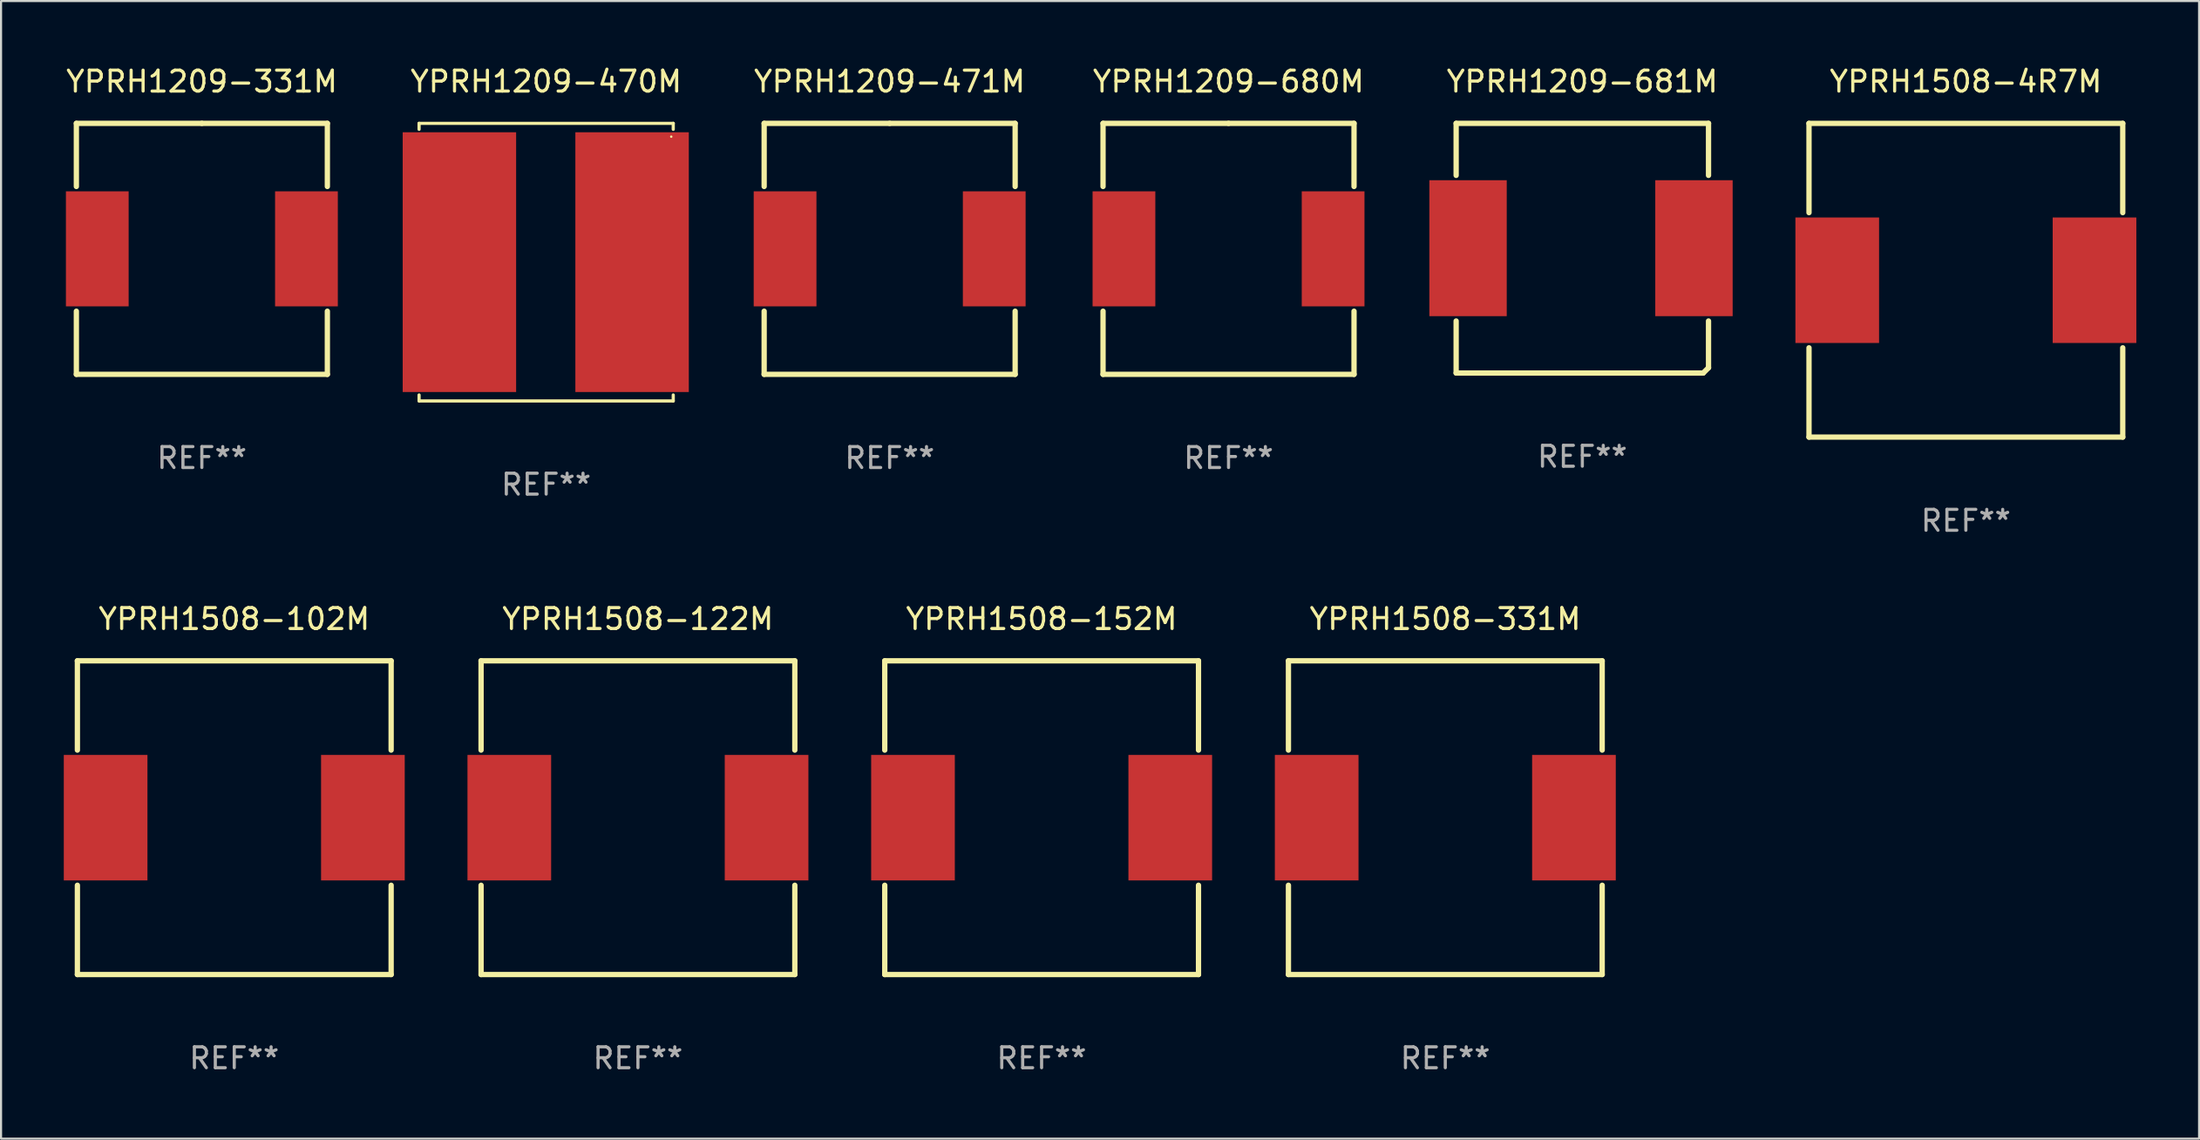
<source format=kicad_pcb>
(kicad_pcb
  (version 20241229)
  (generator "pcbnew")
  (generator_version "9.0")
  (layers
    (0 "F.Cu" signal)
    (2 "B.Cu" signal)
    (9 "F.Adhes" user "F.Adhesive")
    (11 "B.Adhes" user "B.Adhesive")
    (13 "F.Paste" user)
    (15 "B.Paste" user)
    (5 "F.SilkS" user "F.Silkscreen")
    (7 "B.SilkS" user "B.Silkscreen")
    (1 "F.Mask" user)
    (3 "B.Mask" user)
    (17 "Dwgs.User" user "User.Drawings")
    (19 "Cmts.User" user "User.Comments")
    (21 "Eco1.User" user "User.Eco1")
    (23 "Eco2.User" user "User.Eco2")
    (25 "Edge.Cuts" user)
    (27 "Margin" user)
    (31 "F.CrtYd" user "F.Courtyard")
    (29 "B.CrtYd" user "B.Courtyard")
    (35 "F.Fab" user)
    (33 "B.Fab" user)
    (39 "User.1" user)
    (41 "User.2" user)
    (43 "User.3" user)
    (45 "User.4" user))
  (footprint "YPRH1209-680M"
    (layer "F.Cu")
    (at 55.686 8.848)
    (property "Reference" "YPRH1209-680M" (at 0 -8 0) (layer "F.SilkS") (effects (font (size 1 1) (thickness 0.15))))
    (attr through_hole)
    (fp_line (start -6 -6) (end 0 -6) (stroke (width 0.254) (type solid)) (layer "F.SilkS"))
    (fp_line (start -6 -2.981) (end -6 -6) (stroke (width 0.254) (type solid)) (layer "F.SilkS"))
    (fp_line (start -6 6) (end -6 2.981) (stroke (width 0.254) (type solid)) (layer "F.SilkS"))
    (fp_line (start 0 -6) (end 6 -6) (stroke (width 0.254) (type solid)) (layer "F.SilkS"))
    (fp_line (start 6 -6) (end 6 -2.981) (stroke (width 0.254) (type solid)) (layer "F.SilkS"))
    (fp_line (start 6 2.981) (end 6 6) (stroke (width 0.254) (type solid)) (layer "F.SilkS"))
    (fp_line (start 6 6) (end -6 6) (stroke (width 0.254) (type solid)) (layer "F.SilkS"))
    (fp_circle (center -6 6) (end -5.97 6) (stroke (width 0.06) (type solid)) (fill no) (layer "F.SilkS"))
    (fp_text user "REF**" (at 0 10 0) (layer "F.Fab") (effects (font (size 1 1) (thickness 0.15))))
    (pad "1" smd rect (at -5 0) (size 3 5.5) (layers "F.Cu" "F.Mask" "F.Paste"))
    (pad "2" smd rect (at 5 0) (size 3 5.5) (layers "F.Cu" "F.Mask" "F.Paste")))
  (footprint "YPRH1209-681M"
    (layer "F.Cu")
    (at 72.601 8.817)
    (property "Reference" "YPRH1209-681M" (at 0 -7.969 0) (layer "F.SilkS") (effects (font (size 1 1) (thickness 0.15))))
    (attr through_hole)
    (fp_line (start -6.033 -5.969) (end 6.033 -5.969) (stroke (width 0.254) (type solid)) (layer "F.SilkS"))
    (fp_line (start -6.033 -3.481) (end -6.033 -5.969) (stroke (width 0.254) (type solid)) (layer "F.SilkS"))
    (fp_line (start -6.033 5.969) (end -6.033 3.481) (stroke (width 0.254) (type solid)) (layer "F.SilkS"))
    (fp_line (start 5.779 5.969) (end -6.033 5.969) (stroke (width 0.254) (type solid)) (layer "F.SilkS"))
    (fp_line (start 6.033 -5.969) (end 6.033 -3.481) (stroke (width 0.254) (type solid)) (layer "F.SilkS"))
    (fp_line (start 6.033 3.481) (end 6.033 5.715) (stroke (width 0.254) (type solid)) (layer "F.SilkS"))
    (fp_line (start 6.033 5.715) (end 5.779 5.969) (stroke (width 0.254) (type solid)) (layer "F.SilkS"))
    (fp_circle (center 5.936 -6) (end 5.966 -6) (stroke (width 0.06) (type solid)) (fill no) (layer "F.SilkS"))
    (fp_text user "REF**" (at 0 9.969 0) (layer "F.Fab") (effects (font (size 1 1) (thickness 0.15))))
    (pad "1" smd rect (at 5.337 0) (size 3.7 6.5) (layers "F.Cu" "F.Mask" "F.Paste"))
    (pad "2" smd rect (at -5.464 0) (size 3.7 6.5) (layers "F.Cu" "F.Mask" "F.Paste")))
  (footprint "YPRH1508-331M"
    (layer "F.Cu")
    (at 66.049 36.046)
    (property "Reference" "YPRH1508-331M" (at 0 -9.5 0) (layer "F.SilkS") (effects (font (size 1 1) (thickness 0.15))))
    (attr through_hole)
    (fp_line (start -7.501 -7.5) (end 7.501 -7.5) (stroke (width 0.254) (type solid)) (layer "F.SilkS"))
    (fp_line (start -7.499 -3.231) (end -7.499 -7.5) (stroke (width 0.254) (type solid)) (layer "F.SilkS"))
    (fp_line (start -7.499 7.5) (end -7.499 3.231) (stroke (width 0.254) (type solid)) (layer "F.SilkS"))
    (fp_line (start 7.501 3.231) (end 7.501 7.5) (stroke (width 0.254) (type solid)) (layer "F.SilkS"))
    (fp_line (start 7.501 7.5) (end -7.499 7.5) (stroke (width 0.254) (type solid)) (layer "F.SilkS"))
    (fp_line (start 7.501 -7.5) (end 7.501 -3.231) (stroke (width 0.254) (type solid)) (layer "F.SilkS"))
    (fp_circle (center -7.499 7.5) (end -7.469 7.5) (stroke (width 0.06) (type solid)) (fill no) (layer "F.SilkS"))
    (fp_text user "REF**" (at 0 11.5 0) (layer "F.Fab") (effects (font (size 1 1) (thickness 0.15))))
    (pad "1" smd rect (at -6.149 0.000305) (size 4 6) (layers "F.Cu" "F.Mask" "F.Paste"))
    (pad "2" smd rect (at 6.151 0.000305) (size 4 6) (layers "F.Cu" "F.Mask" "F.Paste")))
  (footprint "YPRH1209-471M"
    (layer "F.Cu")
    (at 39.484 8.848)
    (property "Reference" "YPRH1209-471M" (at 0 -8 0) (layer "F.SilkS") (effects (font (size 1 1) (thickness 0.15))))
    (attr through_hole)
    (fp_line (start -6 -6) (end 0 -6) (stroke (width 0.254) (type solid)) (layer "F.SilkS"))
    (fp_line (start -6 -2.981) (end -6 -6) (stroke (width 0.254) (type solid)) (layer "F.SilkS"))
    (fp_line (start -6 6) (end -6 2.981) (stroke (width 0.254) (type solid)) (layer "F.SilkS"))
    (fp_line (start 0 -6) (end 6 -6) (stroke (width 0.254) (type solid)) (layer "F.SilkS"))
    (fp_line (start 6 -6) (end 6 -2.981) (stroke (width 0.254) (type solid)) (layer "F.SilkS"))
    (fp_line (start 6 2.981) (end 6 6) (stroke (width 0.254) (type solid)) (layer "F.SilkS"))
    (fp_line (start 6 6) (end -6 6) (stroke (width 0.254) (type solid)) (layer "F.SilkS"))
    (fp_circle (center -6 6) (end -5.97 6) (stroke (width 0.06) (type solid)) (fill no) (layer "F.SilkS"))
    (fp_text user "REF**" (at 0 10 0) (layer "F.Fab") (effects (font (size 1 1) (thickness 0.15))))
    (pad "1" smd rect (at -5 0) (size 3 5.5) (layers "F.Cu" "F.Mask" "F.Paste"))
    (pad "2" smd rect (at 5 0) (size 3 5.5) (layers "F.Cu" "F.Mask" "F.Paste")))
  (footprint "YPRH1209-470M"
    (layer "F.Cu")
    (at 23.062 9.484)
    (property "Reference" "YPRH1209-470M" (at 0 -8.636 0) (layer "F.SilkS") (effects (font (size 1 1) (thickness 0.15))))
    (attr through_hole)
    (fp_line (start -6.076 -6.636) (end -6.076 -6.35) (stroke (width 0.152) (type solid)) (layer "F.SilkS"))
    (fp_line (start -6.076 6.636) (end -6.076 6.35) (stroke (width 0.152) (type solid)) (layer "F.SilkS"))
    (fp_line (start 6.076 -6.636) (end -6.076 -6.636) (stroke (width 0.152) (type solid)) (layer "F.SilkS"))
    (fp_line (start 6.076 -6.35) (end 6.076 -6.636) (stroke (width 0.152) (type solid)) (layer "F.SilkS"))
    (fp_line (start 6.076 6.35) (end 6.076 6.636) (stroke (width 0.152) (type solid)) (layer "F.SilkS"))
    (fp_line (start 6.076 6.636) (end -6.076 6.636) (stroke (width 0.152) (type solid)) (layer "F.SilkS"))
    (fp_circle (center 5.98 -6) (end 6.01 -6) (stroke (width 0.06) (type solid)) (fill no) (layer "F.SilkS"))
    (fp_text user "REF**" (at 0 10.636 0) (layer "F.Fab") (effects (font (size 1 1) (thickness 0.15))))
    (pad "1" smd rect (at 4.108 0) (size 5.424 12.42) (layers "F.Cu" "F.Mask" "F.Paste"))
    (pad "2" smd rect (at -4.148 0) (size 5.424 12.42) (layers "F.Cu" "F.Mask" "F.Paste")))
  (footprint "YPRH1508-152M"
    (layer "F.Cu")
    (at 46.749 36.046)
    (property "Reference" "YPRH1508-152M" (at 0 -9.5 0) (layer "F.SilkS") (effects (font (size 1 1) (thickness 0.15))))
    (attr through_hole)
    (fp_line (start -7.501 -7.5) (end 7.501 -7.5) (stroke (width 0.254) (type solid)) (layer "F.SilkS"))
    (fp_line (start -7.499 -3.231) (end -7.499 -7.5) (stroke (width 0.254) (type solid)) (layer "F.SilkS"))
    (fp_line (start -7.499 7.5) (end -7.499 3.231) (stroke (width 0.254) (type solid)) (layer "F.SilkS"))
    (fp_line (start 7.501 3.231) (end 7.501 7.5) (stroke (width 0.254) (type solid)) (layer "F.SilkS"))
    (fp_line (start 7.501 7.5) (end -7.499 7.5) (stroke (width 0.254) (type solid)) (layer "F.SilkS"))
    (fp_line (start 7.501 -7.5) (end 7.501 -3.231) (stroke (width 0.254) (type solid)) (layer "F.SilkS"))
    (fp_circle (center -7.499 7.5) (end -7.469 7.5) (stroke (width 0.06) (type solid)) (fill no) (layer "F.SilkS"))
    (fp_text user "REF**" (at 0 11.5 0) (layer "F.Fab") (effects (font (size 1 1) (thickness 0.15))))
    (pad "1" smd rect (at -6.149 0.000305) (size 4 6) (layers "F.Cu" "F.Mask" "F.Paste"))
    (pad "2" smd rect (at 6.151 0.000305) (size 4 6) (layers "F.Cu" "F.Mask" "F.Paste")))
  (footprint "YPRH1508-102M"
    (layer "F.Cu")
    (at 8.149 36.046)
    (property "Reference" "YPRH1508-102M" (at 0 -9.5 0) (layer "F.SilkS") (effects (font (size 1 1) (thickness 0.15))))
    (attr through_hole)
    (fp_line (start -7.501 -7.5) (end 7.501 -7.5) (stroke (width 0.254) (type solid)) (layer "F.SilkS"))
    (fp_line (start -7.499 -3.231) (end -7.499 -7.5) (stroke (width 0.254) (type solid)) (layer "F.SilkS"))
    (fp_line (start -7.499 7.5) (end -7.499 3.231) (stroke (width 0.254) (type solid)) (layer "F.SilkS"))
    (fp_line (start 7.501 3.231) (end 7.501 7.5) (stroke (width 0.254) (type solid)) (layer "F.SilkS"))
    (fp_line (start 7.501 7.5) (end -7.499 7.5) (stroke (width 0.254) (type solid)) (layer "F.SilkS"))
    (fp_line (start 7.501 -7.5) (end 7.501 -3.231) (stroke (width 0.254) (type solid)) (layer "F.SilkS"))
    (fp_circle (center -7.499 7.5) (end -7.469 7.5) (stroke (width 0.06) (type solid)) (fill no) (layer "F.SilkS"))
    (fp_text user "REF**" (at 0 11.5 0) (layer "F.Fab") (effects (font (size 1 1) (thickness 0.15))))
    (pad "1" smd rect (at -6.149 0.000305) (size 4 6) (layers "F.Cu" "F.Mask" "F.Paste"))
    (pad "2" smd rect (at 6.151 0.000305) (size 4 6) (layers "F.Cu" "F.Mask" "F.Paste")))
  (footprint "YPRH1508-122M"
    (layer "F.Cu")
    (at 27.449 36.046)
    (property "Reference" "YPRH1508-122M" (at 0 -9.5 0) (layer "F.SilkS") (effects (font (size 1 1) (thickness 0.15))))
    (attr through_hole)
    (fp_line (start -7.501 -7.5) (end 7.501 -7.5) (stroke (width 0.254) (type solid)) (layer "F.SilkS"))
    (fp_line (start -7.499 -3.231) (end -7.499 -7.5) (stroke (width 0.254) (type solid)) (layer "F.SilkS"))
    (fp_line (start -7.499 7.5) (end -7.499 3.231) (stroke (width 0.254) (type solid)) (layer "F.SilkS"))
    (fp_line (start 7.501 3.231) (end 7.501 7.5) (stroke (width 0.254) (type solid)) (layer "F.SilkS"))
    (fp_line (start 7.501 7.5) (end -7.499 7.5) (stroke (width 0.254) (type solid)) (layer "F.SilkS"))
    (fp_line (start 7.501 -7.5) (end 7.501 -3.231) (stroke (width 0.254) (type solid)) (layer "F.SilkS"))
    (fp_circle (center -7.499 7.5) (end -7.469 7.5) (stroke (width 0.06) (type solid)) (fill no) (layer "F.SilkS"))
    (fp_text user "REF**" (at 0 11.5 0) (layer "F.Fab") (effects (font (size 1 1) (thickness 0.15))))
    (pad "1" smd rect (at -6.149 0.000305) (size 4 6) (layers "F.Cu" "F.Mask" "F.Paste"))
    (pad "2" smd rect (at 6.151 0.000305) (size 4 6) (layers "F.Cu" "F.Mask" "F.Paste")))
  (footprint "YPRH1209-331M"
    (layer "F.Cu")
    (at 6.601 8.848)
    (property "Reference" "YPRH1209-331M" (at 0 -8 0) (layer "F.SilkS") (effects (font (size 1 1) (thickness 0.15))))
    (attr through_hole)
    (fp_line (start -6 -6) (end 0 -6) (stroke (width 0.254) (type solid)) (layer "F.SilkS"))
    (fp_line (start -6 -2.981) (end -6 -6) (stroke (width 0.254) (type solid)) (layer "F.SilkS"))
    (fp_line (start -6 6) (end -6 2.981) (stroke (width 0.254) (type solid)) (layer "F.SilkS"))
    (fp_line (start 0 -6) (end 6 -6) (stroke (width 0.254) (type solid)) (layer "F.SilkS"))
    (fp_line (start 6 -6) (end 6 -2.981) (stroke (width 0.254) (type solid)) (layer "F.SilkS"))
    (fp_line (start 6 2.981) (end 6 6) (stroke (width 0.254) (type solid)) (layer "F.SilkS"))
    (fp_line (start 6 6) (end -6 6) (stroke (width 0.254) (type solid)) (layer "F.SilkS"))
    (fp_circle (center -6 6) (end -5.97 6) (stroke (width 0.06) (type solid)) (fill no) (layer "F.SilkS"))
    (fp_text user "REF**" (at 0 10 0) (layer "F.Fab") (effects (font (size 1 1) (thickness 0.15))))
    (pad "1" smd rect (at -5 0) (size 3 5.5) (layers "F.Cu" "F.Mask" "F.Paste"))
    (pad "2" smd rect (at 5 0) (size 3 5.5) (layers "F.Cu" "F.Mask" "F.Paste")))
  (footprint "YPRH1508-4R7M"
    (layer "F.Cu")
    (at 90.937 10.349)
    (property "Reference" "YPRH1508-4R7M" (at 0 -9.5 0) (layer "F.SilkS") (effects (font (size 1 1) (thickness 0.15))))
    (attr through_hole)
    (fp_line (start -7.501 -7.5) (end 7.501 -7.5) (stroke (width 0.254) (type solid)) (layer "F.SilkS"))
    (fp_line (start -7.499 -3.231) (end -7.499 -7.5) (stroke (width 0.254) (type solid)) (layer "F.SilkS"))
    (fp_line (start -7.499 7.5) (end -7.499 3.231) (stroke (width 0.254) (type solid)) (layer "F.SilkS"))
    (fp_line (start 7.501 3.231) (end 7.501 7.5) (stroke (width 0.254) (type solid)) (layer "F.SilkS"))
    (fp_line (start 7.501 7.5) (end -7.499 7.5) (stroke (width 0.254) (type solid)) (layer "F.SilkS"))
    (fp_line (start 7.501 -7.5) (end 7.501 -3.231) (stroke (width 0.254) (type solid)) (layer "F.SilkS"))
    (fp_circle (center -7.499 7.5) (end -7.469 7.5) (stroke (width 0.06) (type solid)) (fill no) (layer "F.SilkS"))
    (fp_text user "REF**" (at 0 11.5 0) (layer "F.Fab") (effects (font (size 1 1) (thickness 0.15))))
    (pad "1" smd rect (at -6.149 0.000305) (size 4 6) (layers "F.Cu" "F.Mask" "F.Paste"))
    (pad "2" smd rect (at 6.151 0.000305) (size 4 6) (layers "F.Cu" "F.Mask" "F.Paste")))
  (gr_rect
    (start -3 -3)
    (end 102.087 51.394)
    (stroke (width 0.1) (type default))
    (fill no)
    (layer "Edge.Cuts")))
</source>
